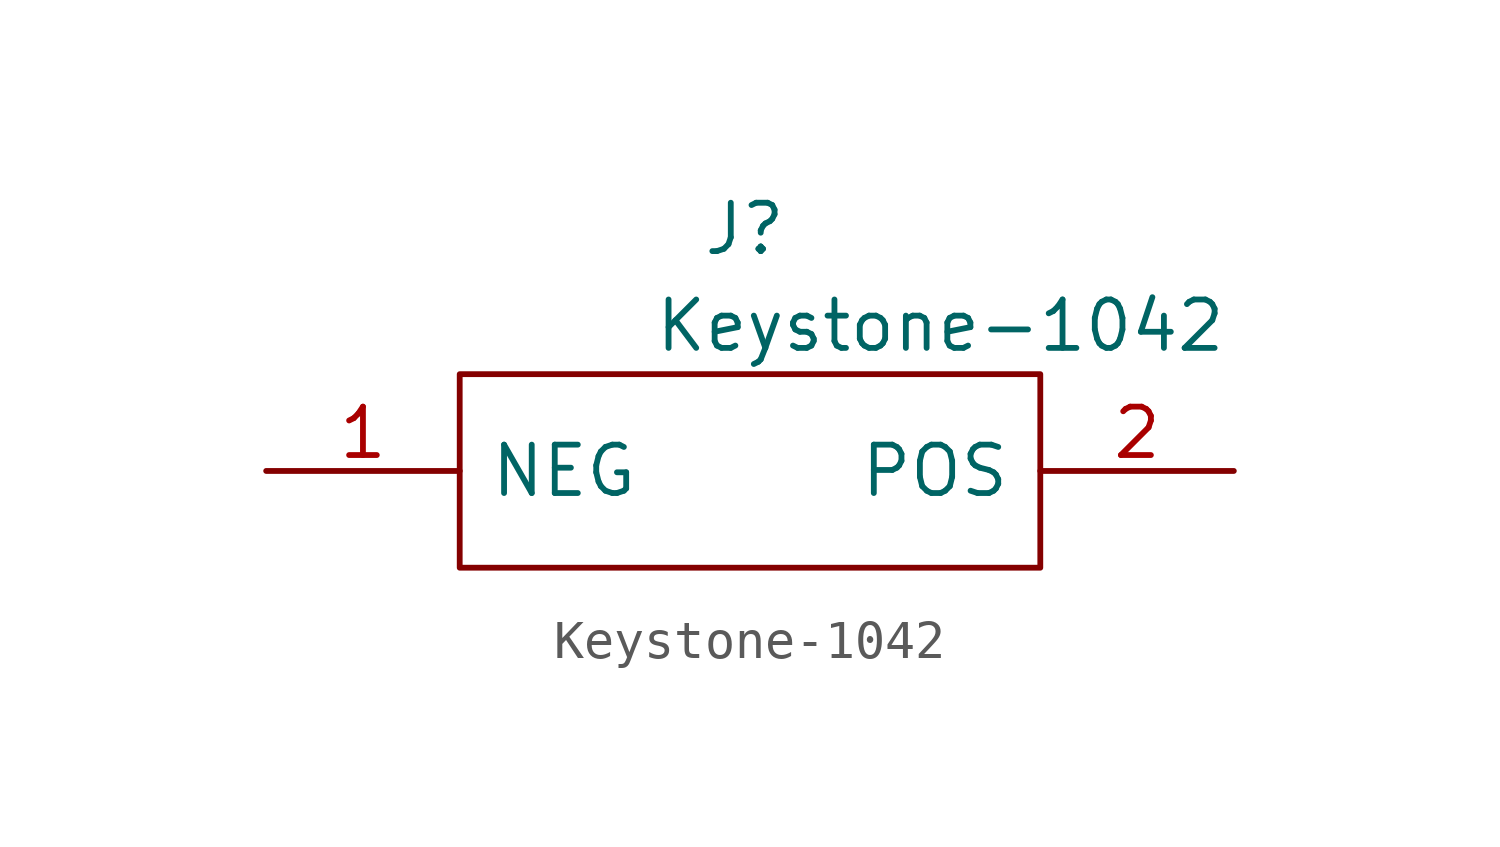
<source format=kicad_sym>
(kicad_symbol_lib
  (version 20211014)
  (generator kicad_symbol_editor)
  (symbol "Keystone-1042"
    (pin_names
      (offset 0.762))
    (property "Reference" "J"
      (at 11.43 6.35 0)
      (effects (font (size 1.27 1.27)) (justify left)))
    (property "Value" "Keystone-1042"
      (at 10.16 3.81 0)
      (effects (font (size 1.27 1.27)) (justify left)))
    (symbol "Keystone-1042_0_0"
      (pin power_out line (at 0 0 0) (length 5.08) (name "NEG" (effects (font (size 1.27 1.27)))) (number "1" (effects (font (size 1.27 1.27)))))
      (pin power_out line (at 25.4 0 180) (length 5.08) (name "POS" (effects (font (size 1.27 1.27)))) (number "2" (effects (font (size 1.27 1.27))))))
    (symbol "Keystone-1042_0_1"
      (polyline (pts (xy 5.08 2.54) (xy 20.32 2.54) (xy 20.32 -2.54) (xy 5.08 -2.54) (xy 5.08 2.54)) (stroke (width 0.152) (type default) (color 0 0 0 0)) (fill (type none))))))
</source>
